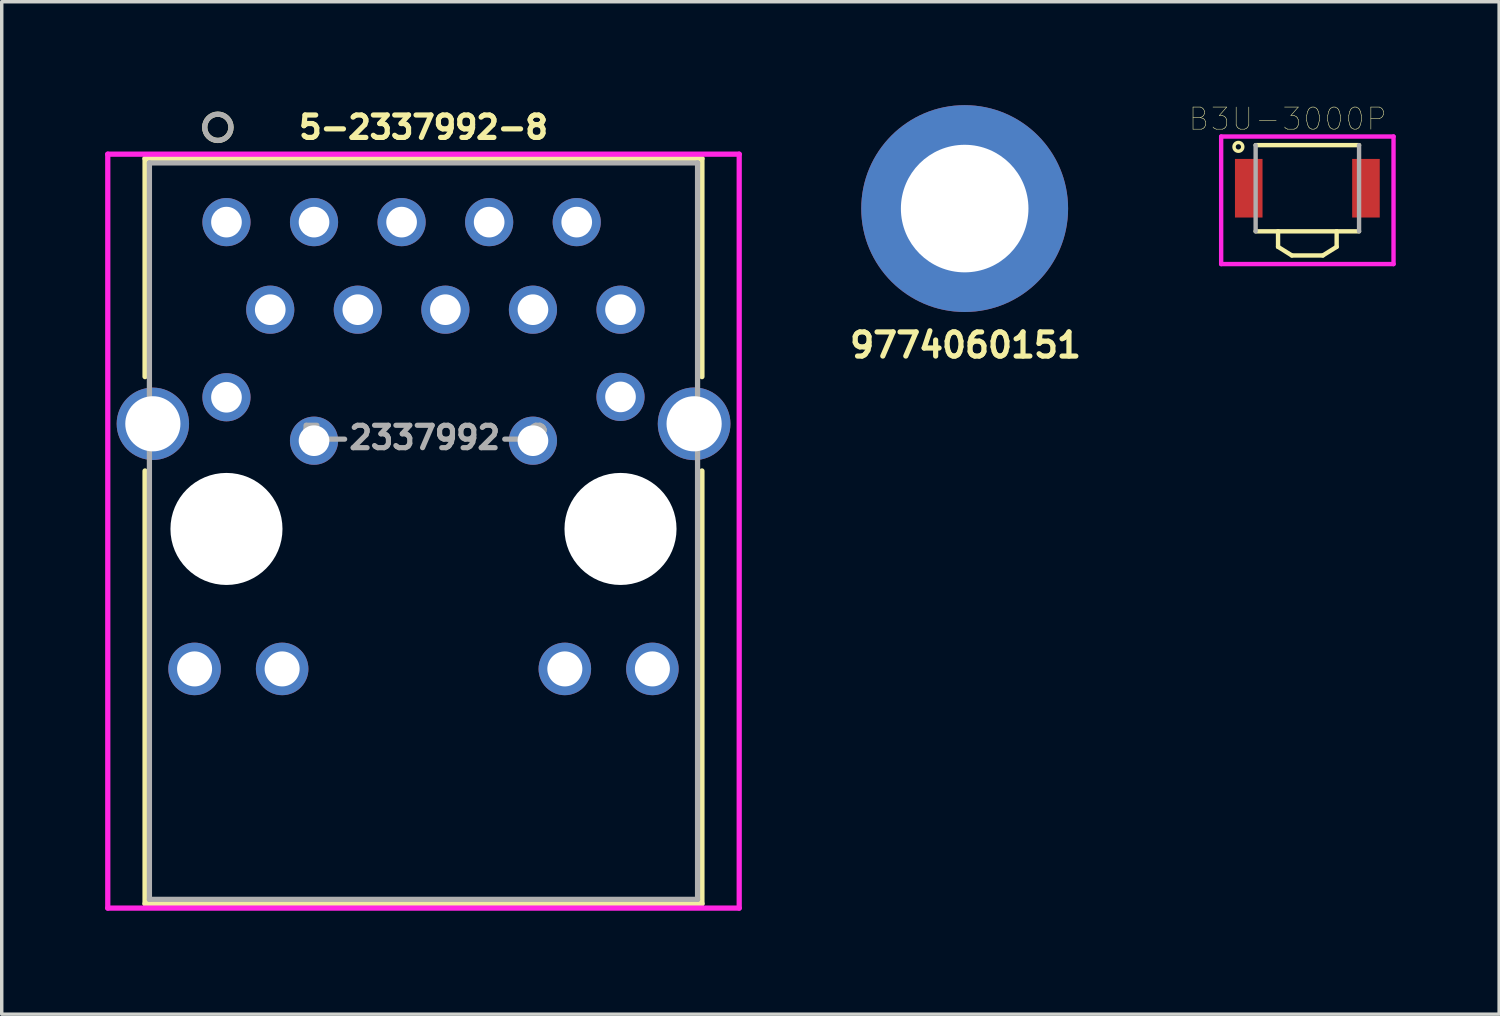
<source format=kicad_pcb>
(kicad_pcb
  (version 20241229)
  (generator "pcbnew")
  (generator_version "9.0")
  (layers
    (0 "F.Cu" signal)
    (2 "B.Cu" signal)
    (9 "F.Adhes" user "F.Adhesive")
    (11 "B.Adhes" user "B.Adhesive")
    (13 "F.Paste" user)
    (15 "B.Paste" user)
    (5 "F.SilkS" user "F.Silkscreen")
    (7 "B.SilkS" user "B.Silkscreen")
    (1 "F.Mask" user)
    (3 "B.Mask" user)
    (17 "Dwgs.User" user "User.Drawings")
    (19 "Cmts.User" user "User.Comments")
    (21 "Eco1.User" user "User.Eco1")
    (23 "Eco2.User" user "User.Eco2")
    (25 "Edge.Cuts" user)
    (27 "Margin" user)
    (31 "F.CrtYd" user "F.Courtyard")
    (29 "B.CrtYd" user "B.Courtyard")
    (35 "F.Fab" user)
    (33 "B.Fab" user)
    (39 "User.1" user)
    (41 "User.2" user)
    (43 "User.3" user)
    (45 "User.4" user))
  (footprint "B3U-3000P"
    (layer "F.Cu")
    (at 34.872 2.41)
    (property "Reference" "B3U-3000P" (at -0.569 -2.009 0) (layer "F.SilkS") (effects (font (size 0.641 0.641) (thickness 0.015))))
    (attr through_hole)
    (fp_line (start -1.5 1.25) (end -0.85 1.25) (stroke (width 0.127) (type solid)) (layer "F.SilkS"))
    (fp_line (start -0.85 1.25) (end -0.85 1.7) (stroke (width 0.127) (type solid)) (layer "F.SilkS"))
    (fp_line (start -0.85 1.25) (end 0.85 1.25) (stroke (width 0.127) (type solid)) (layer "F.SilkS"))
    (fp_line (start -0.45 1.95) (end -0.85 1.7) (stroke (width 0.127) (type solid)) (layer "F.SilkS"))
    (fp_line (start 0.45 1.95) (end -0.45 1.95) (stroke (width 0.127) (type solid)) (layer "F.SilkS"))
    (fp_line (start 0.45 1.95) (end 0.85 1.7) (stroke (width 0.127) (type solid)) (layer "F.SilkS"))
    (fp_line (start 0.85 1.25) (end 0.85 1.7) (stroke (width 0.127) (type solid)) (layer "F.SilkS"))
    (fp_line (start 0.85 1.25) (end 1.5 1.25) (stroke (width 0.127) (type solid)) (layer "F.SilkS"))
    (fp_line (start 1.5 -1.25) (end -1.5 -1.25) (stroke (width 0.127) (type solid)) (layer "F.SilkS"))
    (fp_circle (center -2 -1.2) (end -1.873 -1.2) (stroke (width 0.1) (type solid)) (fill no) (layer "F.SilkS"))
    (fp_line (start -2.5 -1.5) (end 2.5 -1.5) (stroke (width 0.127) (type solid)) (layer "F.CrtYd"))
    (fp_line (start -2.5 2.2) (end -2.5 -1.5) (stroke (width 0.127) (type solid)) (layer "F.CrtYd"))
    (fp_line (start 2.5 -1.5) (end 2.5 2.2) (stroke (width 0.127) (type solid)) (layer "F.CrtYd"))
    (fp_line (start 2.5 2.2) (end -2.5 2.2) (stroke (width 0.127) (type solid)) (layer "F.CrtYd"))
    (fp_line (start -1.5 -1.25) (end -1.5 1.25) (stroke (width 0.127) (type solid)) (layer "F.Fab"))
    (fp_line (start 1.5 1.25) (end 1.5 -1.25) (stroke (width 0.127) (type solid)) (layer "F.Fab"))
    (pad "1" smd rect (at -1.7 0) (size 0.8 1.7) (layers "F.Cu" "F.Mask" "F.Paste"))
    (pad "2" smd rect (at 1.7 0) (size 0.8 1.7) (layers "F.Cu" "F.Mask" "F.Paste")))
  (footprint "9774060151"
    (layer "F.Cu")
    (at 24.932 3)
    (property "Reference" "9774060151" (at 0.025 3.962 0) (layer "F.SilkS") (effects (font (size 0.7 0.7) (thickness 0.15))))
    (attr through_hole)
    (pad "1" thru_hole circle (at 0 0) (size 6 6) (drill 3.7) (layers "*.Cu" "*.Mask")))
  (footprint "5-2337992-8"
    (layer "F.Cu")
    (at 3.519 3.393)
    (property "Reference" "5-2337992-8" (at 5.715 -2.75 0) (layer "F.SilkS") (effects (font (size 0.65 0.65) (thickness 0.15))))
    (attr through_hole)
    (fp_line (start -2.362 -1.844) (end -2.362 4.482) (stroke (width 0.152) (type solid)) (layer "F.SilkS"))
    (fp_line (start -2.362 7.218) (end -2.362 19.771) (stroke (width 0.152) (type solid)) (layer "F.SilkS"))
    (fp_line (start -2.362 19.771) (end 13.792 19.771) (stroke (width 0.152) (type solid)) (layer "F.SilkS"))
    (fp_line (start 13.792 -1.844) (end -2.362 -1.844) (stroke (width 0.152) (type solid)) (layer "F.SilkS"))
    (fp_line (start 13.792 4.482) (end 13.792 -1.844) (stroke (width 0.152) (type solid)) (layer "F.SilkS"))
    (fp_line (start 13.792 19.771) (end 13.792 7.218) (stroke (width 0.152) (type solid)) (layer "F.SilkS"))
    (fp_circle (center -0.25 -2.75) (end 0.131 -2.75) (stroke (width 0.152) (type solid)) (fill no) (layer "F.SilkS"))
    (fp_line (start -3.443 -1.971) (end -3.443 19.898) (stroke (width 0.152) (type solid)) (layer "F.CrtYd"))
    (fp_line (start -3.443 19.898) (end 14.873 19.898) (stroke (width 0.152) (type solid)) (layer "F.CrtYd"))
    (fp_line (start 14.873 -1.971) (end -3.443 -1.971) (stroke (width 0.152) (type solid)) (layer "F.CrtYd"))
    (fp_line (start 14.873 19.898) (end 14.873 -1.971) (stroke (width 0.152) (type solid)) (layer "F.CrtYd"))
    (fp_line (start -2.235 -1.717) (end -2.235 19.644) (stroke (width 0.152) (type solid)) (layer "F.Fab"))
    (fp_line (start -2.235 19.644) (end 13.665 19.644) (stroke (width 0.152) (type solid)) (layer "F.Fab"))
    (fp_line (start 13.665 -1.717) (end -2.235 -1.717) (stroke (width 0.152) (type solid)) (layer "F.Fab"))
    (fp_line (start 13.665 19.644) (end 13.665 -1.717) (stroke (width 0.152) (type solid)) (layer "F.Fab"))
    (fp_circle (center -0.25 -2.75) (end 0.131 -2.75) (stroke (width 0.152) (type solid)) (fill no) (layer "F.Fab"))
    (fp_text user "${REFERENCE}" (at 5.75 6.25 0) (layer "F.Fab") (effects (font (size 0.65 0.65) (thickness 0.15))))
    (pad "" np_thru_hole circle (at 0 8.9) (size 3.25 3.25) (drill 3.25) (layers "*.Cu" "*.Mask"))
    (pad "" np_thru_hole circle (at 11.43 8.9) (size 3.25 3.25) (drill 3.25) (layers "*.Cu" "*.Mask"))
    (pad "1" thru_hole circle (at 0 0) (size 1.397 1.397) (drill 0.889) (layers "*.Cu" "*.Mask"))
    (pad "2" thru_hole circle (at 1.27 2.54) (size 1.397 1.397) (drill 0.889) (layers "*.Cu" "*.Mask"))
    (pad "3" thru_hole circle (at 2.54 0) (size 1.397 1.397) (drill 0.889) (layers "*.Cu" "*.Mask"))
    (pad "4" thru_hole circle (at 3.81 2.54) (size 1.397 1.397) (drill 0.889) (layers "*.Cu" "*.Mask"))
    (pad "5" thru_hole circle (at 5.08 0) (size 1.397 1.397) (drill 0.889) (layers "*.Cu" "*.Mask"))
    (pad "6" thru_hole circle (at 6.35 2.54) (size 1.397 1.397) (drill 0.889) (layers "*.Cu" "*.Mask"))
    (pad "7" thru_hole circle (at 7.62 0) (size 1.397 1.397) (drill 0.889) (layers "*.Cu" "*.Mask"))
    (pad "8" thru_hole circle (at 8.89 2.54) (size 1.397 1.397) (drill 0.889) (layers "*.Cu" "*.Mask"))
    (pad "9" thru_hole circle (at 10.16 0) (size 1.397 1.397) (drill 0.889) (layers "*.Cu" "*.Mask"))
    (pad "10" thru_hole circle (at 11.43 2.54) (size 1.397 1.397) (drill 0.889) (layers "*.Cu" "*.Mask"))
    (pad "11" thru_hole circle (at 0 5.08) (size 1.397 1.397) (drill 0.889) (layers "*.Cu" "*.Mask"))
    (pad "12" thru_hole circle (at 2.54 6.34) (size 1.397 1.397) (drill 0.889) (layers "*.Cu" "*.Mask"))
    (pad "13" thru_hole circle (at 8.89 6.34) (size 1.397 1.397) (drill 0.889) (layers "*.Cu" "*.Mask"))
    (pad "14" thru_hole circle (at 11.43 5.07) (size 1.397 1.397) (drill 0.889) (layers "*.Cu" "*.Mask"))
    (pad "15" thru_hole circle (at -0.925 12.96) (size 1.524 1.524) (drill 1.016) (layers "*.Cu" "*.Mask"))
    (pad "16" thru_hole circle (at 1.615 12.96) (size 1.524 1.524) (drill 1.016) (layers "*.Cu" "*.Mask"))
    (pad "17" thru_hole circle (at 9.815 12.96) (size 1.524 1.524) (drill 1.016) (layers "*.Cu" "*.Mask"))
    (pad "18" thru_hole circle (at 12.355 12.96) (size 1.524 1.524) (drill 1.016) (layers "*.Cu" "*.Mask"))
    (pad "19" thru_hole circle (at -2.135 5.85) (size 2.1 2.1) (drill 1.6) (layers "*.Cu" "*.Mask"))
    (pad "20" thru_hole circle (at 13.565 5.85) (size 2.108 2.108) (drill 1.6) (layers "*.Cu" "*.Mask")))
  (gr_rect
    (start -3 -3)
    (end 40.435 26.368)
    (stroke (width 0.1) (type default))
    (fill no)
    (layer "Edge.Cuts")))
</source>
